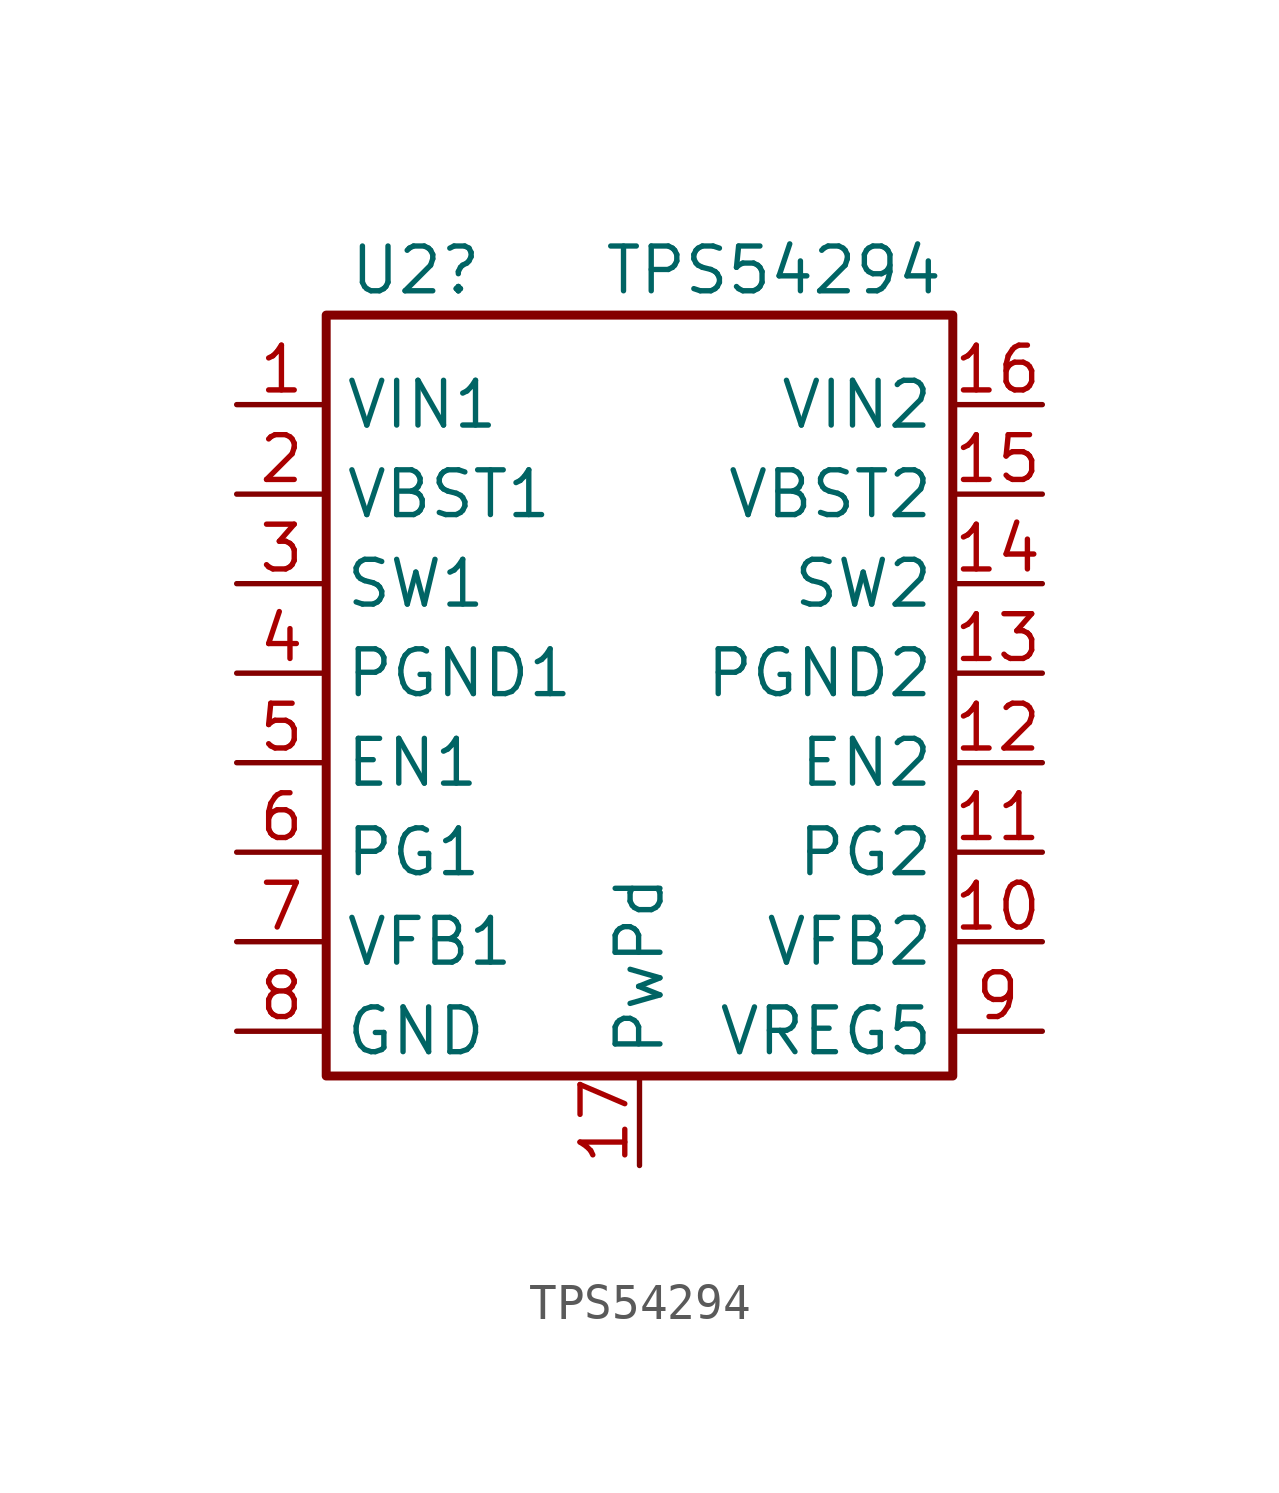
<source format=kicad_sym>
(kicad_symbol_lib
  (version 20220914)
  (generator kicad_symbol_editor)
  (symbol "TPS54294"
    (property "Reference" "U2"
      (at -6.35 11.43 0)
      (effects (font (size 1.27 1.27))))
    (property "Value" "TPS54294"
      (at 3.81 11.43 0)
      (effects (font (size 1.27 1.27))))
    (symbol "TPS54294_1_1"
      (rectangle (start -8.89 10.16) (end 8.89 -11.43) (stroke (width 0.254) (type default)) (fill (type none)))
      (pin input line (at -11.43 7.62 0) (length 2.54) (name "VIN1" (effects (font (size 1.27 1.27)))) (number "1" (effects (font (size 1.27 1.27)))))
      (pin input line (at 11.43 -7.62 180) (length 2.54) (name "VFB2" (effects (font (size 1.27 1.27)))) (number "10" (effects (font (size 1.27 1.27)))))
      (pin input line (at 11.43 -5.08 180) (length 2.54) (name "PG2" (effects (font (size 1.27 1.27)))) (number "11" (effects (font (size 1.27 1.27)))))
      (pin input line (at 11.43 -2.54 180) (length 2.54) (name "EN2" (effects (font (size 1.27 1.27)))) (number "12" (effects (font (size 1.27 1.27)))))
      (pin input line (at 11.43 0 180) (length 2.54) (name "PGND2" (effects (font (size 1.27 1.27)))) (number "13" (effects (font (size 1.27 1.27)))))
      (pin input line (at 11.43 2.54 180) (length 2.54) (name "SW2" (effects (font (size 1.27 1.27)))) (number "14" (effects (font (size 1.27 1.27)))))
      (pin input line (at 11.43 5.08 180) (length 2.54) (name "VBST2" (effects (font (size 1.27 1.27)))) (number "15" (effects (font (size 1.27 1.27)))))
      (pin input line (at 11.43 7.62 180) (length 2.54) (name "VIN2" (effects (font (size 1.27 1.27)))) (number "16" (effects (font (size 1.27 1.27)))))
      (pin input line (at 0 -13.97 90) (length 2.54) (name "PwPd" (effects (font (size 1.27 1.27)))) (number "17" (effects (font (size 1.27 1.27)))))
      (pin input line (at -11.43 5.08 0) (length 2.54) (name "VBST1" (effects (font (size 1.27 1.27)))) (number "2" (effects (font (size 1.27 1.27)))))
      (pin input line (at -11.43 2.54 0) (length 2.54) (name "SW1" (effects (font (size 1.27 1.27)))) (number "3" (effects (font (size 1.27 1.27)))))
      (pin input line (at -11.43 0 0) (length 2.54) (name "PGND1" (effects (font (size 1.27 1.27)))) (number "4" (effects (font (size 1.27 1.27)))))
      (pin input line (at -11.43 -2.54 0) (length 2.54) (name "EN1" (effects (font (size 1.27 1.27)))) (number "5" (effects (font (size 1.27 1.27)))))
      (pin input line (at -11.43 -5.08 0) (length 2.54) (name "PG1" (effects (font (size 1.27 1.27)))) (number "6" (effects (font (size 1.27 1.27)))))
      (pin input line (at -11.43 -7.62 0) (length 2.54) (name "VFB1" (effects (font (size 1.27 1.27)))) (number "7" (effects (font (size 1.27 1.27)))))
      (pin input line (at -11.43 -10.16 0) (length 2.54) (name "GND" (effects (font (size 1.27 1.27)))) (number "8" (effects (font (size 1.27 1.27)))))
      (pin input line (at 11.43 -10.16 180) (length 2.54) (name "VREG5" (effects (font (size 1.27 1.27)))) (number "9" (effects (font (size 1.27 1.27))))))))
</source>
